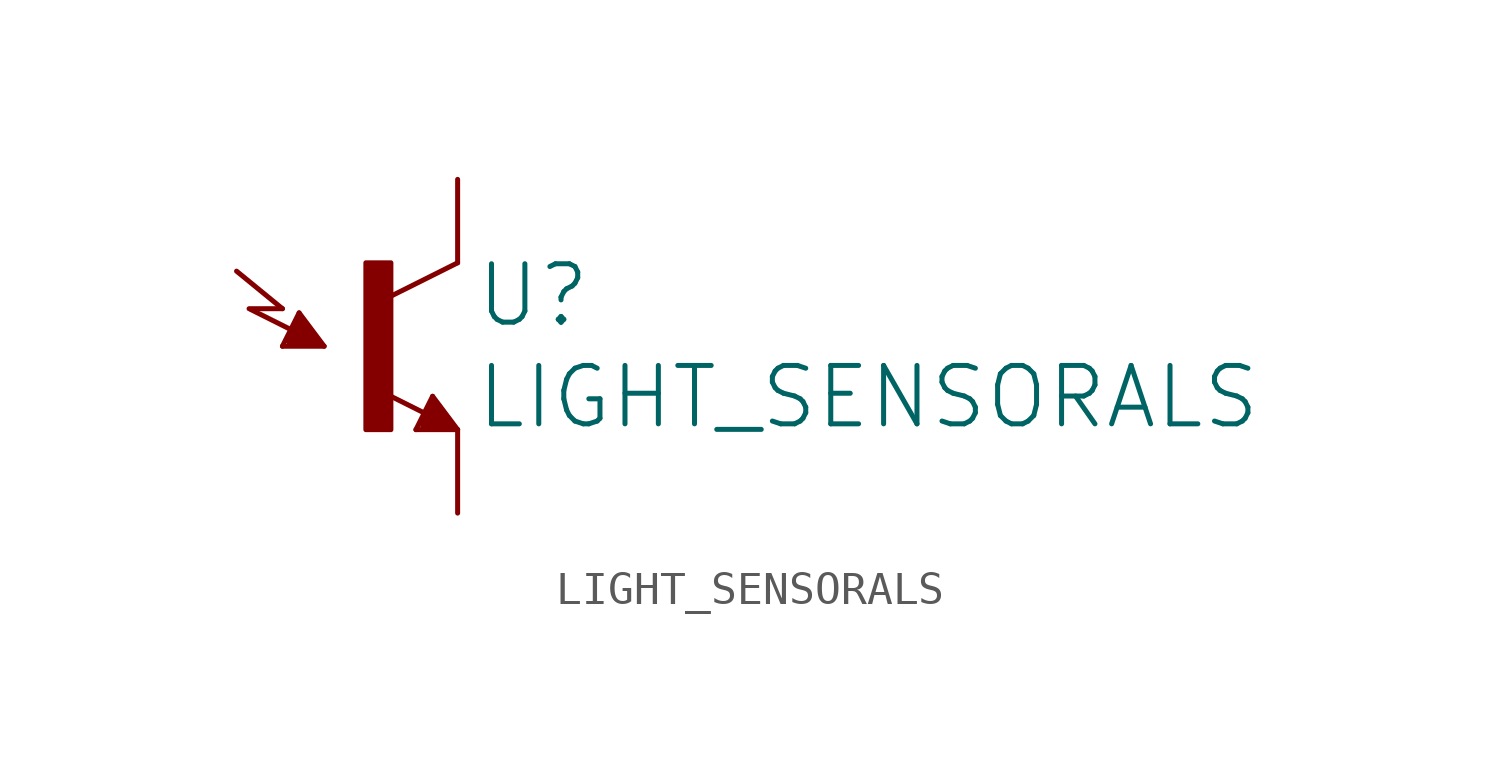
<source format=kicad_sym>
(kicad_symbol_lib
  (version 20211014)
  (generator kicad_symbol_editor)
  (symbol "LIGHT_SENSORALS"
    (property "Reference" "U"
      (at 3.048 0.508 0)
      (effects (font (size 1.778 1.778)) (justify left bottom)))
    (property "Value" "LIGHT_SENSORALS"
      (at 3.048 -0.508 0)
      (effects (font (size 1.778 1.778)) (justify left top)))
    (property "ki_locked" ""
      (at 0 0 0)
      (effects (font (size 1.27 1.27))))
    (symbol "LIGHT_SENSORALS_1_0"
      (rectangle (start -0.254 -2.54) (end 0.508 2.54) (stroke (width 0) (type default) (color 0 0 0 0)) (fill (type outline)))
      (polyline (pts (xy -3.81 1.143) (xy -2.794 1.143)) (stroke (width 0.152) (type default) (color 0 0 0 0)) (fill (type none)))
      (polyline (pts (xy -2.794 0) (xy -2.286 1.016)) (stroke (width 0.152) (type default) (color 0 0 0 0)) (fill (type none)))
      (polyline (pts (xy -2.794 1.143) (xy -4.191 2.286)) (stroke (width 0.152) (type default) (color 0 0 0 0)) (fill (type none)))
      (polyline (pts (xy -2.54 0.127) (xy -1.778 0.127)) (stroke (width 0.254) (type default) (color 0 0 0 0)) (fill (type none)))
      (polyline (pts (xy -2.54 0.254) (xy -2.159 0.254)) (stroke (width 0.254) (type default) (color 0 0 0 0)) (fill (type none)))
      (polyline (pts (xy -2.524 0.5) (xy -3.756 1.116)) (stroke (width 0.152) (type default) (color 0 0 0 0)) (fill (type none)))
      (polyline (pts (xy -2.286 0.762) (xy -2.54 0.254)) (stroke (width 0.254) (type default) (color 0 0 0 0)) (fill (type none)))
      (polyline (pts (xy -2.286 1.016) (xy -1.524 0)) (stroke (width 0.152) (type default) (color 0 0 0 0)) (fill (type none)))
      (polyline (pts (xy -2.159 0.254) (xy -2.286 0.508)) (stroke (width 0.254) (type default) (color 0 0 0 0)) (fill (type none)))
      (polyline (pts (xy -1.778 0.127) (xy -2.286 0.762)) (stroke (width 0.254) (type default) (color 0 0 0 0)) (fill (type none)))
      (polyline (pts (xy -1.524 0) (xy -2.794 0)) (stroke (width 0.152) (type default) (color 0 0 0 0)) (fill (type none)))
      (polyline (pts (xy 1.27 -2.54) (xy 1.778 -1.524)) (stroke (width 0.152) (type default) (color 0 0 0 0)) (fill (type none)))
      (polyline (pts (xy 1.524 -2.413) (xy 2.286 -2.413)) (stroke (width 0.254) (type default) (color 0 0 0 0)) (fill (type none)))
      (polyline (pts (xy 1.524 -2.286) (xy 1.905 -2.286)) (stroke (width 0.254) (type default) (color 0 0 0 0)) (fill (type none)))
      (polyline (pts (xy 1.54 -2.04) (xy 0.308 -1.424)) (stroke (width 0.152) (type default) (color 0 0 0 0)) (fill (type none)))
      (polyline (pts (xy 1.778 -1.778) (xy 1.524 -2.286)) (stroke (width 0.254) (type default) (color 0 0 0 0)) (fill (type none)))
      (polyline (pts (xy 1.778 -1.524) (xy 2.54 -2.54)) (stroke (width 0.152) (type default) (color 0 0 0 0)) (fill (type none)))
      (polyline (pts (xy 1.905 -2.286) (xy 1.778 -2.032)) (stroke (width 0.254) (type default) (color 0 0 0 0)) (fill (type none)))
      (polyline (pts (xy 2.286 -2.413) (xy 1.778 -1.778)) (stroke (width 0.254) (type default) (color 0 0 0 0)) (fill (type none)))
      (polyline (pts (xy 2.54 -2.54) (xy 1.27 -2.54)) (stroke (width 0.152) (type default) (color 0 0 0 0)) (fill (type none)))
      (polyline (pts (xy 2.54 2.54) (xy 0.508 1.524)) (stroke (width 0.152) (type default) (color 0 0 0 0)) (fill (type none)))
      (pin passive line (at 2.54 5.08 270) (length 2.54) (name "C1" (effects (font (size 0 0)))) (number "C" (effects (font (size 0 0)))))
      (pin passive line (at 2.54 -5.08 90) (length 2.54) (name "E1" (effects (font (size 0 0)))) (number "E" (effects (font (size 0 0))))))))
</source>
